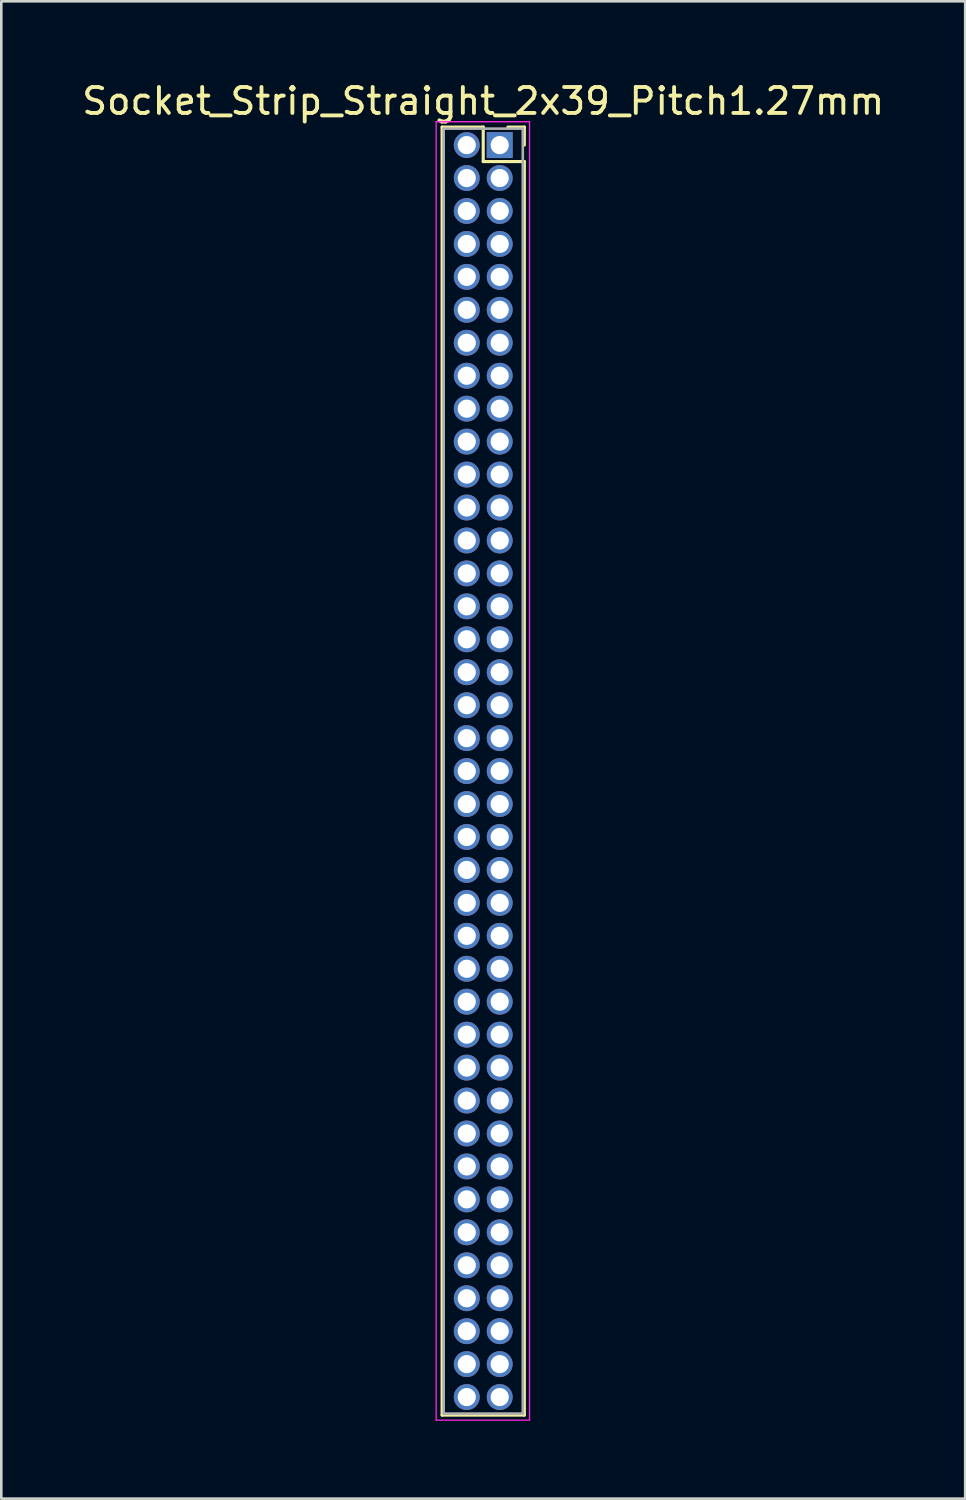
<source format=kicad_pcb>
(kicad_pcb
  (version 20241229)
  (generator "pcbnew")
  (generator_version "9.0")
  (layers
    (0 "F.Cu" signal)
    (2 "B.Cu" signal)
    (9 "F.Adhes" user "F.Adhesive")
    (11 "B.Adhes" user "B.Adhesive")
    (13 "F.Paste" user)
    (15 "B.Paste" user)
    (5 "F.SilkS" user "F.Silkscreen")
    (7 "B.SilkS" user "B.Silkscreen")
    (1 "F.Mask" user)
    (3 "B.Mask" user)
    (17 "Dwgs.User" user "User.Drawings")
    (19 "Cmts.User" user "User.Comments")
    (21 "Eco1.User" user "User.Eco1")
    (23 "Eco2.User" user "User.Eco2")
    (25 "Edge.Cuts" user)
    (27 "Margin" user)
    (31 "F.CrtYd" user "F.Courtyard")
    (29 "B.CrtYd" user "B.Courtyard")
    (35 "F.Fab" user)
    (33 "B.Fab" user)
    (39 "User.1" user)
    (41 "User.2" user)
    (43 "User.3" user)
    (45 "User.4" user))
  (footprint "Socket_Strip_Straight_2x39_Pitch1.27mm"
    (layer "F.Cu")
    (at 16.212 2.543)
    (property "Reference" "Socket_Strip_Straight_2x39_Pitch1.27mm" (at -0.635 -1.695 0) (layer "F.SilkS") (effects (font (size 1 1) (thickness 0.15))))
    (attr through_hole)
    (fp_line (start -2.22 -0.695) (end -0.635 -0.695) (stroke (width 0.12) (type solid)) (layer "F.SilkS"))
    (fp_line (start -2.22 48.955) (end -2.22 -0.695) (stroke (width 0.12) (type solid)) (layer "F.SilkS"))
    (fp_line (start -0.635 -0.695) (end -0.635 0.635) (stroke (width 0.12) (type solid)) (layer "F.SilkS"))
    (fp_line (start -0.635 0.635) (end 0.95 0.635) (stroke (width 0.12) (type solid)) (layer "F.SilkS"))
    (fp_line (start 0.95 -0.695) (end 0.315 -0.695) (stroke (width 0.12) (type solid)) (layer "F.SilkS"))
    (fp_line (start 0.95 0) (end 0.95 -0.695) (stroke (width 0.12) (type solid)) (layer "F.SilkS"))
    (fp_line (start 0.95 0.635) (end 0.95 48.955) (stroke (width 0.12) (type solid)) (layer "F.SilkS"))
    (fp_line (start 0.95 48.955) (end -2.22 48.955) (stroke (width 0.12) (type solid)) (layer "F.SilkS"))
    (fp_line (start -2.45 -0.9) (end -2.45 49.15) (stroke (width 0.05) (type solid)) (layer "F.CrtYd"))
    (fp_line (start -2.45 49.15) (end 1.15 49.15) (stroke (width 0.05) (type solid)) (layer "F.CrtYd"))
    (fp_line (start 1.15 -0.9) (end -2.45 -0.9) (stroke (width 0.05) (type solid)) (layer "F.CrtYd"))
    (fp_line (start 1.15 49.15) (end 1.15 -0.9) (stroke (width 0.05) (type solid)) (layer "F.CrtYd"))
    (fp_line (start -2.16 -0.635) (end -2.16 48.895) (stroke (width 0.1) (type solid)) (layer "F.Fab"))
    (fp_line (start -2.16 48.895) (end 0.89 48.895) (stroke (width 0.1) (type solid)) (layer "F.Fab"))
    (fp_line (start 0.89 -0.635) (end -2.16 -0.635) (stroke (width 0.1) (type solid)) (layer "F.Fab"))
    (fp_line (start 0.89 48.895) (end 0.89 -0.635) (stroke (width 0.1) (type solid)) (layer "F.Fab"))
    (pad "1" thru_hole rect (at 0 0) (size 1 1) (drill 0.7) (layers "*.Cu" "*.Mask"))
    (pad "2" thru_hole oval (at -1.27 0) (size 1 1) (drill 0.7) (layers "*.Cu" "*.Mask"))
    (pad "3" thru_hole oval (at 0 1.27) (size 1 1) (drill 0.7) (layers "*.Cu" "*.Mask"))
    (pad "4" thru_hole oval (at -1.27 1.27) (size 1 1) (drill 0.7) (layers "*.Cu" "*.Mask"))
    (pad "5" thru_hole oval (at 0 2.54) (size 1 1) (drill 0.7) (layers "*.Cu" "*.Mask"))
    (pad "6" thru_hole oval (at -1.27 2.54) (size 1 1) (drill 0.7) (layers "*.Cu" "*.Mask"))
    (pad "7" thru_hole oval (at 0 3.81) (size 1 1) (drill 0.7) (layers "*.Cu" "*.Mask"))
    (pad "8" thru_hole oval (at -1.27 3.81) (size 1 1) (drill 0.7) (layers "*.Cu" "*.Mask"))
    (pad "9" thru_hole oval (at 0 5.08) (size 1 1) (drill 0.7) (layers "*.Cu" "*.Mask"))
    (pad "10" thru_hole oval (at -1.27 5.08) (size 1 1) (drill 0.7) (layers "*.Cu" "*.Mask"))
    (pad "11" thru_hole oval (at 0 6.35) (size 1 1) (drill 0.7) (layers "*.Cu" "*.Mask"))
    (pad "12" thru_hole oval (at -1.27 6.35) (size 1 1) (drill 0.7) (layers "*.Cu" "*.Mask"))
    (pad "13" thru_hole oval (at 0 7.62) (size 1 1) (drill 0.7) (layers "*.Cu" "*.Mask"))
    (pad "14" thru_hole oval (at -1.27 7.62) (size 1 1) (drill 0.7) (layers "*.Cu" "*.Mask"))
    (pad "15" thru_hole oval (at 0 8.89) (size 1 1) (drill 0.7) (layers "*.Cu" "*.Mask"))
    (pad "16" thru_hole oval (at -1.27 8.89) (size 1 1) (drill 0.7) (layers "*.Cu" "*.Mask"))
    (pad "17" thru_hole oval (at 0 10.16) (size 1 1) (drill 0.7) (layers "*.Cu" "*.Mask"))
    (pad "18" thru_hole oval (at -1.27 10.16) (size 1 1) (drill 0.7) (layers "*.Cu" "*.Mask"))
    (pad "19" thru_hole oval (at 0 11.43) (size 1 1) (drill 0.7) (layers "*.Cu" "*.Mask"))
    (pad "20" thru_hole oval (at -1.27 11.43) (size 1 1) (drill 0.7) (layers "*.Cu" "*.Mask"))
    (pad "21" thru_hole oval (at 0 12.7) (size 1 1) (drill 0.7) (layers "*.Cu" "*.Mask"))
    (pad "22" thru_hole oval (at -1.27 12.7) (size 1 1) (drill 0.7) (layers "*.Cu" "*.Mask"))
    (pad "23" thru_hole oval (at 0 13.97) (size 1 1) (drill 0.7) (layers "*.Cu" "*.Mask"))
    (pad "24" thru_hole oval (at -1.27 13.97) (size 1 1) (drill 0.7) (layers "*.Cu" "*.Mask"))
    (pad "25" thru_hole oval (at 0 15.24) (size 1 1) (drill 0.7) (layers "*.Cu" "*.Mask"))
    (pad "26" thru_hole oval (at -1.27 15.24) (size 1 1) (drill 0.7) (layers "*.Cu" "*.Mask"))
    (pad "27" thru_hole oval (at 0 16.51) (size 1 1) (drill 0.7) (layers "*.Cu" "*.Mask"))
    (pad "28" thru_hole oval (at -1.27 16.51) (size 1 1) (drill 0.7) (layers "*.Cu" "*.Mask"))
    (pad "29" thru_hole oval (at 0 17.78) (size 1 1) (drill 0.7) (layers "*.Cu" "*.Mask"))
    (pad "30" thru_hole oval (at -1.27 17.78) (size 1 1) (drill 0.7) (layers "*.Cu" "*.Mask"))
    (pad "31" thru_hole oval (at 0 19.05) (size 1 1) (drill 0.7) (layers "*.Cu" "*.Mask"))
    (pad "32" thru_hole oval (at -1.27 19.05) (size 1 1) (drill 0.7) (layers "*.Cu" "*.Mask"))
    (pad "33" thru_hole oval (at 0 20.32) (size 1 1) (drill 0.7) (layers "*.Cu" "*.Mask"))
    (pad "34" thru_hole oval (at -1.27 20.32) (size 1 1) (drill 0.7) (layers "*.Cu" "*.Mask"))
    (pad "35" thru_hole oval (at 0 21.59) (size 1 1) (drill 0.7) (layers "*.Cu" "*.Mask"))
    (pad "36" thru_hole oval (at -1.27 21.59) (size 1 1) (drill 0.7) (layers "*.Cu" "*.Mask"))
    (pad "37" thru_hole oval (at 0 22.86) (size 1 1) (drill 0.7) (layers "*.Cu" "*.Mask"))
    (pad "38" thru_hole oval (at -1.27 22.86) (size 1 1) (drill 0.7) (layers "*.Cu" "*.Mask"))
    (pad "39" thru_hole oval (at 0 24.13) (size 1 1) (drill 0.7) (layers "*.Cu" "*.Mask"))
    (pad "40" thru_hole oval (at -1.27 24.13) (size 1 1) (drill 0.7) (layers "*.Cu" "*.Mask"))
    (pad "41" thru_hole oval (at 0 25.4) (size 1 1) (drill 0.7) (layers "*.Cu" "*.Mask"))
    (pad "42" thru_hole oval (at -1.27 25.4) (size 1 1) (drill 0.7) (layers "*.Cu" "*.Mask"))
    (pad "43" thru_hole oval (at 0 26.67) (size 1 1) (drill 0.7) (layers "*.Cu" "*.Mask"))
    (pad "44" thru_hole oval (at -1.27 26.67) (size 1 1) (drill 0.7) (layers "*.Cu" "*.Mask"))
    (pad "45" thru_hole oval (at 0 27.94) (size 1 1) (drill 0.7) (layers "*.Cu" "*.Mask"))
    (pad "46" thru_hole oval (at -1.27 27.94) (size 1 1) (drill 0.7) (layers "*.Cu" "*.Mask"))
    (pad "47" thru_hole oval (at 0 29.21) (size 1 1) (drill 0.7) (layers "*.Cu" "*.Mask"))
    (pad "48" thru_hole oval (at -1.27 29.21) (size 1 1) (drill 0.7) (layers "*.Cu" "*.Mask"))
    (pad "49" thru_hole oval (at 0 30.48) (size 1 1) (drill 0.7) (layers "*.Cu" "*.Mask"))
    (pad "50" thru_hole oval (at -1.27 30.48) (size 1 1) (drill 0.7) (layers "*.Cu" "*.Mask"))
    (pad "51" thru_hole oval (at 0 31.75) (size 1 1) (drill 0.7) (layers "*.Cu" "*.Mask"))
    (pad "52" thru_hole oval (at -1.27 31.75) (size 1 1) (drill 0.7) (layers "*.Cu" "*.Mask"))
    (pad "53" thru_hole oval (at 0 33.02) (size 1 1) (drill 0.7) (layers "*.Cu" "*.Mask"))
    (pad "54" thru_hole oval (at -1.27 33.02) (size 1 1) (drill 0.7) (layers "*.Cu" "*.Mask"))
    (pad "55" thru_hole oval (at 0 34.29) (size 1 1) (drill 0.7) (layers "*.Cu" "*.Mask"))
    (pad "56" thru_hole oval (at -1.27 34.29) (size 1 1) (drill 0.7) (layers "*.Cu" "*.Mask"))
    (pad "57" thru_hole oval (at 0 35.56) (size 1 1) (drill 0.7) (layers "*.Cu" "*.Mask"))
    (pad "58" thru_hole oval (at -1.27 35.56) (size 1 1) (drill 0.7) (layers "*.Cu" "*.Mask"))
    (pad "59" thru_hole oval (at 0 36.83) (size 1 1) (drill 0.7) (layers "*.Cu" "*.Mask"))
    (pad "60" thru_hole oval (at -1.27 36.83) (size 1 1) (drill 0.7) (layers "*.Cu" "*.Mask"))
    (pad "61" thru_hole oval (at 0 38.1) (size 1 1) (drill 0.7) (layers "*.Cu" "*.Mask"))
    (pad "62" thru_hole oval (at -1.27 38.1) (size 1 1) (drill 0.7) (layers "*.Cu" "*.Mask"))
    (pad "63" thru_hole oval (at 0 39.37) (size 1 1) (drill 0.7) (layers "*.Cu" "*.Mask"))
    (pad "64" thru_hole oval (at -1.27 39.37) (size 1 1) (drill 0.7) (layers "*.Cu" "*.Mask"))
    (pad "65" thru_hole oval (at 0 40.64) (size 1 1) (drill 0.7) (layers "*.Cu" "*.Mask"))
    (pad "66" thru_hole oval (at -1.27 40.64) (size 1 1) (drill 0.7) (layers "*.Cu" "*.Mask"))
    (pad "67" thru_hole oval (at 0 41.91) (size 1 1) (drill 0.7) (layers "*.Cu" "*.Mask"))
    (pad "68" thru_hole oval (at -1.27 41.91) (size 1 1) (drill 0.7) (layers "*.Cu" "*.Mask"))
    (pad "69" thru_hole oval (at 0 43.18) (size 1 1) (drill 0.7) (layers "*.Cu" "*.Mask"))
    (pad "70" thru_hole oval (at -1.27 43.18) (size 1 1) (drill 0.7) (layers "*.Cu" "*.Mask"))
    (pad "71" thru_hole oval (at 0 44.45) (size 1 1) (drill 0.7) (layers "*.Cu" "*.Mask"))
    (pad "72" thru_hole oval (at -1.27 44.45) (size 1 1) (drill 0.7) (layers "*.Cu" "*.Mask"))
    (pad "73" thru_hole oval (at 0 45.72) (size 1 1) (drill 0.7) (layers "*.Cu" "*.Mask"))
    (pad "74" thru_hole oval (at -1.27 45.72) (size 1 1) (drill 0.7) (layers "*.Cu" "*.Mask"))
    (pad "75" thru_hole oval (at 0 46.99) (size 1 1) (drill 0.7) (layers "*.Cu" "*.Mask"))
    (pad "76" thru_hole oval (at -1.27 46.99) (size 1 1) (drill 0.7) (layers "*.Cu" "*.Mask"))
    (pad "77" thru_hole oval (at 0 48.26) (size 1 1) (drill 0.7) (layers "*.Cu" "*.Mask"))
    (pad "78" thru_hole oval (at -1.27 48.26) (size 1 1) (drill 0.7) (layers "*.Cu" "*.Mask")))
  (gr_rect
    (start -3 -3)
    (end 34.155 54.718)
    (stroke (width 0.1) (type default))
    (fill no)
    (layer "Edge.Cuts")))
</source>
